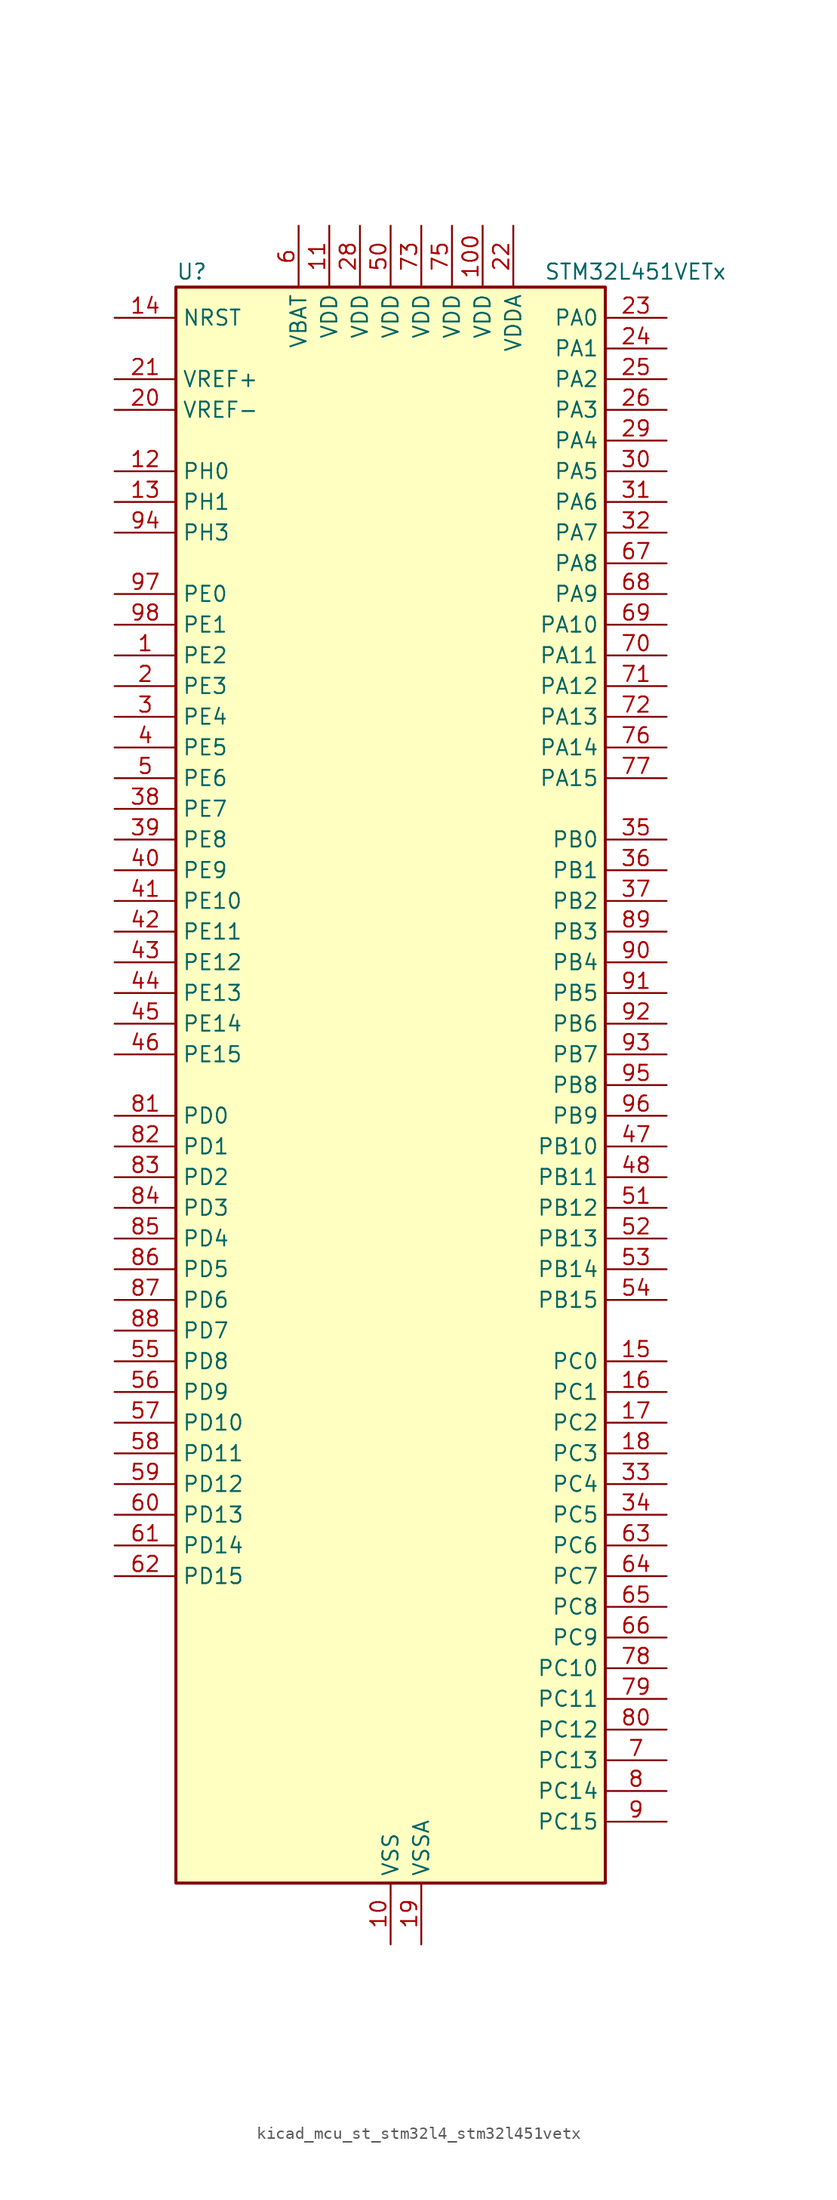
<source format=kicad_sym>
(kicad_symbol_lib
  (version 20220914)
  (generator kicad_symbol_editor)
  (symbol "kicad_mcu_st_stm32l4_stm32l451vetx"
    (property "Reference" "U"
      (at -17.78 67.31 0)
      (effects (font (size 1.27 1.27)) (justify left)))
    (property "Value" "STM32L451VETx"
      (at 12.7 67.31 0)
      (effects (font (size 1.27 1.27)) (justify left)))
    (property "ki_locked" ""
      (at 0 0 0)
      (effects (font (size 1.27 1.27))))
    (symbol "kicad_mcu_st_stm32l4_stm32l451vetx_0_1"
      (rectangle (start -17.78 -66.04) (end 17.78 66.04) (stroke (width 0.254) (type default)) (fill (type background))))
    (symbol "kicad_mcu_st_stm32l4_stm32l451vetx_1_1"
      (pin bidirectional line (at -22.86 35.56 0) (length 5.08) (name "PE2" (effects (font (size 1.27 1.27)))) (number "1" (effects (font (size 1.27 1.27)))) (alternate "SAI1_MCLK_A" bidirectional line) (alternate "SYS_TRACECLK" bidirectional line) (alternate "TIM3_ETR" bidirectional line) (alternate "TSC_G7_IO1" bidirectional line))
      (pin power_in line (at 0 -71.12 90) (length 5.08) (name "VSS" (effects (font (size 1.27 1.27)))) (number "10" (effects (font (size 1.27 1.27)))))
      (pin power_in line (at 7.62 71.12 270) (length 5.08) (name "VDD" (effects (font (size 1.27 1.27)))) (number "100" (effects (font (size 1.27 1.27)))))
      (pin power_in line (at -5.08 71.12 270) (length 5.08) (name "VDD" (effects (font (size 1.27 1.27)))) (number "11" (effects (font (size 1.27 1.27)))))
      (pin bidirectional line (at -22.86 50.8 0) (length 5.08) (name "PH0" (effects (font (size 1.27 1.27)))) (number "12" (effects (font (size 1.27 1.27)))) (alternate "RCC_OSC_IN" bidirectional line))
      (pin bidirectional line (at -22.86 48.26 0) (length 5.08) (name "PH1" (effects (font (size 1.27 1.27)))) (number "13" (effects (font (size 1.27 1.27)))) (alternate "RCC_OSC_OUT" bidirectional line))
      (pin input line (at -22.86 63.5 0) (length 5.08) (name "NRST" (effects (font (size 1.27 1.27)))) (number "14" (effects (font (size 1.27 1.27)))))
      (pin bidirectional line (at 22.86 -22.86 180) (length 5.08) (name "PC0" (effects (font (size 1.27 1.27)))) (number "15" (effects (font (size 1.27 1.27)))) (alternate "ADC1_IN1" bidirectional line) (alternate "I2C3_SCL" bidirectional line) (alternate "I2C4_SCL" bidirectional line) (alternate "LPTIM1_IN1" bidirectional line) (alternate "LPTIM2_IN1" bidirectional line) (alternate "LPUART1_RX" bidirectional line))
      (pin bidirectional line (at 22.86 -25.4 180) (length 5.08) (name "PC1" (effects (font (size 1.27 1.27)))) (number "16" (effects (font (size 1.27 1.27)))) (alternate "ADC1_IN2" bidirectional line) (alternate "I2C3_SDA" bidirectional line) (alternate "I2C4_SDA" bidirectional line) (alternate "LPTIM1_OUT" bidirectional line) (alternate "LPUART1_TX" bidirectional line) (alternate "SYS_TRACED0" bidirectional line))
      (pin bidirectional line (at 22.86 -27.94 180) (length 5.08) (name "PC2" (effects (font (size 1.27 1.27)))) (number "17" (effects (font (size 1.27 1.27)))) (alternate "ADC1_IN3" bidirectional line) (alternate "DFSDM1_CKOUT" bidirectional line) (alternate "LPTIM1_IN2" bidirectional line) (alternate "SPI2_MISO" bidirectional line))
      (pin bidirectional line (at 22.86 -30.48 180) (length 5.08) (name "PC3" (effects (font (size 1.27 1.27)))) (number "18" (effects (font (size 1.27 1.27)))) (alternate "ADC1_IN4" bidirectional line) (alternate "LPTIM1_ETR" bidirectional line) (alternate "LPTIM2_ETR" bidirectional line) (alternate "SAI1_SD_A" bidirectional line) (alternate "SPI2_MOSI" bidirectional line))
      (pin power_in line (at 2.54 -71.12 90) (length 5.08) (name "VSSA" (effects (font (size 1.27 1.27)))) (number "19" (effects (font (size 1.27 1.27)))))
      (pin bidirectional line (at -22.86 33.02 0) (length 5.08) (name "PE3" (effects (font (size 1.27 1.27)))) (number "2" (effects (font (size 1.27 1.27)))) (alternate "SAI1_SD_B" bidirectional line) (alternate "SYS_TRACED0" bidirectional line) (alternate "TIM3_CH1" bidirectional line) (alternate "TSC_G7_IO2" bidirectional line))
      (pin input line (at -22.86 55.88 0) (length 5.08) (name "VREF-" (effects (font (size 1.27 1.27)))) (number "20" (effects (font (size 1.27 1.27)))))
      (pin input line (at -22.86 58.42 0) (length 5.08) (name "VREF+" (effects (font (size 1.27 1.27)))) (number "21" (effects (font (size 1.27 1.27)))) (alternate "VREFBUF_OUT" bidirectional line))
      (pin power_in line (at 10.16 71.12 270) (length 5.08) (name "VDDA" (effects (font (size 1.27 1.27)))) (number "22" (effects (font (size 1.27 1.27)))))
      (pin bidirectional line (at 22.86 63.5 180) (length 5.08) (name "PA0" (effects (font (size 1.27 1.27)))) (number "23" (effects (font (size 1.27 1.27)))) (alternate "ADC1_IN5" bidirectional line) (alternate "COMP1_INM" bidirectional line) (alternate "COMP1_OUT" bidirectional line) (alternate "OPAMP1_VINP" bidirectional line) (alternate "RTC_TAMP2" bidirectional line) (alternate "SAI1_EXTCLK" bidirectional line) (alternate "SYS_WKUP1" bidirectional line) (alternate "TIM2_CH1" bidirectional line) (alternate "TIM2_ETR" bidirectional line) (alternate "UART4_TX" bidirectional line) (alternate "USART2_CTS" bidirectional line))
      (pin bidirectional line (at 22.86 60.96 180) (length 5.08) (name "PA1" (effects (font (size 1.27 1.27)))) (number "24" (effects (font (size 1.27 1.27)))) (alternate "ADC1_IN6" bidirectional line) (alternate "COMP1_INP" bidirectional line) (alternate "I2C1_SMBA" bidirectional line) (alternate "OPAMP1_VINM" bidirectional line) (alternate "SPI1_SCK" bidirectional line) (alternate "TIM15_CH1N" bidirectional line) (alternate "TIM2_CH2" bidirectional line) (alternate "UART4_RX" bidirectional line) (alternate "USART2_DE" bidirectional line) (alternate "USART2_RTS" bidirectional line))
      (pin bidirectional line (at 22.86 58.42 180) (length 5.08) (name "PA2" (effects (font (size 1.27 1.27)))) (number "25" (effects (font (size 1.27 1.27)))) (alternate "ADC1_IN7" bidirectional line) (alternate "COMP2_INM" bidirectional line) (alternate "COMP2_OUT" bidirectional line) (alternate "LPUART1_TX" bidirectional line) (alternate "QUADSPI_BK1_NCS" bidirectional line) (alternate "RCC_LSCO" bidirectional line) (alternate "SYS_WKUP4" bidirectional line) (alternate "TIM15_CH1" bidirectional line) (alternate "TIM2_CH3" bidirectional line) (alternate "USART2_TX" bidirectional line))
      (pin bidirectional line (at 22.86 55.88 180) (length 5.08) (name "PA3" (effects (font (size 1.27 1.27)))) (number "26" (effects (font (size 1.27 1.27)))) (alternate "ADC1_IN8" bidirectional line) (alternate "COMP2_INP" bidirectional line) (alternate "LPUART1_RX" bidirectional line) (alternate "OPAMP1_VOUT" bidirectional line) (alternate "QUADSPI_CLK" bidirectional line) (alternate "SAI1_MCLK_A" bidirectional line) (alternate "TIM15_CH2" bidirectional line) (alternate "TIM2_CH4" bidirectional line) (alternate "USART2_RX" bidirectional line))
      (pin passive line (at 0 -71.12 90) (length 5.08) hide (name "VSS" (effects (font (size 1.27 1.27)))) (number "27" (effects (font (size 1.27 1.27)))))
      (pin power_in line (at -2.54 71.12 270) (length 5.08) (name "VDD" (effects (font (size 1.27 1.27)))) (number "28" (effects (font (size 1.27 1.27)))))
      (pin bidirectional line (at 22.86 53.34 180) (length 5.08) (name "PA4" (effects (font (size 1.27 1.27)))) (number "29" (effects (font (size 1.27 1.27)))) (alternate "ADC1_IN9" bidirectional line) (alternate "COMP1_INM" bidirectional line) (alternate "COMP2_INM" bidirectional line) (alternate "DAC1_OUT1" bidirectional line) (alternate "LPTIM2_OUT" bidirectional line) (alternate "SAI1_FS_B" bidirectional line) (alternate "SPI1_NSS" bidirectional line) (alternate "SPI3_NSS" bidirectional line) (alternate "USART2_CK" bidirectional line))
      (pin bidirectional line (at -22.86 30.48 0) (length 5.08) (name "PE4" (effects (font (size 1.27 1.27)))) (number "3" (effects (font (size 1.27 1.27)))) (alternate "DFSDM1_DATIN3" bidirectional line) (alternate "SAI1_FS_A" bidirectional line) (alternate "SYS_TRACED1" bidirectional line) (alternate "TIM3_CH2" bidirectional line) (alternate "TSC_G7_IO3" bidirectional line))
      (pin bidirectional line (at 22.86 50.8 180) (length 5.08) (name "PA5" (effects (font (size 1.27 1.27)))) (number "30" (effects (font (size 1.27 1.27)))) (alternate "ADC1_IN10" bidirectional line) (alternate "COMP1_INM" bidirectional line) (alternate "COMP2_INM" bidirectional line) (alternate "DFSDM1_CKOUT" bidirectional line) (alternate "LPTIM2_ETR" bidirectional line) (alternate "SPI1_SCK" bidirectional line) (alternate "TIM2_CH1" bidirectional line) (alternate "TIM2_ETR" bidirectional line))
      (pin bidirectional line (at 22.86 48.26 180) (length 5.08) (name "PA6" (effects (font (size 1.27 1.27)))) (number "31" (effects (font (size 1.27 1.27)))) (alternate "ADC1_IN11" bidirectional line) (alternate "COMP1_OUT" bidirectional line) (alternate "LPUART1_CTS" bidirectional line) (alternate "QUADSPI_BK1_IO3" bidirectional line) (alternate "SPI1_MISO" bidirectional line) (alternate "TIM16_CH1" bidirectional line) (alternate "TIM1_BKIN" bidirectional line) (alternate "TIM1_BKIN_COMP2" bidirectional line) (alternate "TIM3_CH1" bidirectional line) (alternate "USART3_CTS" bidirectional line))
      (pin bidirectional line (at 22.86 45.72 180) (length 5.08) (name "PA7" (effects (font (size 1.27 1.27)))) (number "32" (effects (font (size 1.27 1.27)))) (alternate "ADC1_IN12" bidirectional line) (alternate "COMP2_OUT" bidirectional line) (alternate "DFSDM1_DATIN0" bidirectional line) (alternate "I2C3_SCL" bidirectional line) (alternate "QUADSPI_BK1_IO2" bidirectional line) (alternate "SPI1_MOSI" bidirectional line) (alternate "TIM1_CH1N" bidirectional line) (alternate "TIM3_CH2" bidirectional line))
      (pin bidirectional line (at 22.86 -33.02 180) (length 5.08) (name "PC4" (effects (font (size 1.27 1.27)))) (number "33" (effects (font (size 1.27 1.27)))) (alternate "ADC1_IN13" bidirectional line) (alternate "COMP1_INM" bidirectional line) (alternate "USART3_TX" bidirectional line))
      (pin bidirectional line (at 22.86 -35.56 180) (length 5.08) (name "PC5" (effects (font (size 1.27 1.27)))) (number "34" (effects (font (size 1.27 1.27)))) (alternate "ADC1_IN14" bidirectional line) (alternate "COMP1_INP" bidirectional line) (alternate "SYS_WKUP5" bidirectional line) (alternate "USART3_RX" bidirectional line))
      (pin bidirectional line (at 22.86 20.32 180) (length 5.08) (name "PB0" (effects (font (size 1.27 1.27)))) (number "35" (effects (font (size 1.27 1.27)))) (alternate "ADC1_IN15" bidirectional line) (alternate "COMP1_OUT" bidirectional line) (alternate "DFSDM1_CKIN0" bidirectional line) (alternate "QUADSPI_BK1_IO1" bidirectional line) (alternate "SAI1_EXTCLK" bidirectional line) (alternate "SPI1_NSS" bidirectional line) (alternate "TIM1_CH2N" bidirectional line) (alternate "TIM3_CH3" bidirectional line) (alternate "USART3_CK" bidirectional line))
      (pin bidirectional line (at 22.86 17.78 180) (length 5.08) (name "PB1" (effects (font (size 1.27 1.27)))) (number "36" (effects (font (size 1.27 1.27)))) (alternate "ADC1_IN16" bidirectional line) (alternate "COMP1_INM" bidirectional line) (alternate "DFSDM1_DATIN0" bidirectional line) (alternate "LPTIM2_IN1" bidirectional line) (alternate "LPUART1_DE" bidirectional line) (alternate "LPUART1_RTS" bidirectional line) (alternate "QUADSPI_BK1_IO0" bidirectional line) (alternate "TIM1_CH3N" bidirectional line) (alternate "TIM3_CH4" bidirectional line) (alternate "USART3_DE" bidirectional line) (alternate "USART3_RTS" bidirectional line))
      (pin bidirectional line (at 22.86 15.24 180) (length 5.08) (name "PB2" (effects (font (size 1.27 1.27)))) (number "37" (effects (font (size 1.27 1.27)))) (alternate "COMP1_INP" bidirectional line) (alternate "DFSDM1_CKIN0" bidirectional line) (alternate "I2C3_SMBA" bidirectional line) (alternate "LPTIM1_OUT" bidirectional line) (alternate "RTC_OUT_ALARM" bidirectional line) (alternate "RTC_OUT_CALIB" bidirectional line))
      (pin bidirectional line (at -22.86 22.86 0) (length 5.08) (name "PE7" (effects (font (size 1.27 1.27)))) (number "38" (effects (font (size 1.27 1.27)))) (alternate "DFSDM1_DATIN2" bidirectional line) (alternate "SAI1_SD_B" bidirectional line) (alternate "TIM1_ETR" bidirectional line))
      (pin bidirectional line (at -22.86 20.32 0) (length 5.08) (name "PE8" (effects (font (size 1.27 1.27)))) (number "39" (effects (font (size 1.27 1.27)))) (alternate "DFSDM1_CKIN2" bidirectional line) (alternate "SAI1_SCK_B" bidirectional line) (alternate "TIM1_CH1N" bidirectional line))
      (pin bidirectional line (at -22.86 27.94 0) (length 5.08) (name "PE5" (effects (font (size 1.27 1.27)))) (number "4" (effects (font (size 1.27 1.27)))) (alternate "DFSDM1_CKIN3" bidirectional line) (alternate "SAI1_SCK_A" bidirectional line) (alternate "SYS_TRACED2" bidirectional line) (alternate "TIM3_CH3" bidirectional line) (alternate "TSC_G7_IO4" bidirectional line))
      (pin bidirectional line (at -22.86 17.78 0) (length 5.08) (name "PE9" (effects (font (size 1.27 1.27)))) (number "40" (effects (font (size 1.27 1.27)))) (alternate "DAC1_EXTI9" bidirectional line) (alternate "DFSDM1_CKOUT" bidirectional line) (alternate "SAI1_FS_B" bidirectional line) (alternate "TIM1_CH1" bidirectional line))
      (pin bidirectional line (at -22.86 15.24 0) (length 5.08) (name "PE10" (effects (font (size 1.27 1.27)))) (number "41" (effects (font (size 1.27 1.27)))) (alternate "QUADSPI_CLK" bidirectional line) (alternate "SAI1_MCLK_B" bidirectional line) (alternate "TIM1_CH2N" bidirectional line) (alternate "TSC_G5_IO1" bidirectional line))
      (pin bidirectional line (at -22.86 12.7 0) (length 5.08) (name "PE11" (effects (font (size 1.27 1.27)))) (number "42" (effects (font (size 1.27 1.27)))) (alternate "ADC1_EXTI11" bidirectional line) (alternate "QUADSPI_BK1_NCS" bidirectional line) (alternate "TIM1_CH2" bidirectional line) (alternate "TSC_G5_IO2" bidirectional line))
      (pin bidirectional line (at -22.86 10.16 0) (length 5.08) (name "PE12" (effects (font (size 1.27 1.27)))) (number "43" (effects (font (size 1.27 1.27)))) (alternate "QUADSPI_BK1_IO0" bidirectional line) (alternate "SPI1_NSS" bidirectional line) (alternate "TIM1_CH3N" bidirectional line) (alternate "TSC_G5_IO3" bidirectional line))
      (pin bidirectional line (at -22.86 7.62 0) (length 5.08) (name "PE13" (effects (font (size 1.27 1.27)))) (number "44" (effects (font (size 1.27 1.27)))) (alternate "QUADSPI_BK1_IO1" bidirectional line) (alternate "SPI1_SCK" bidirectional line) (alternate "TIM1_CH3" bidirectional line) (alternate "TSC_G5_IO4" bidirectional line))
      (pin bidirectional line (at -22.86 5.08 0) (length 5.08) (name "PE14" (effects (font (size 1.27 1.27)))) (number "45" (effects (font (size 1.27 1.27)))) (alternate "QUADSPI_BK1_IO2" bidirectional line) (alternate "SPI1_MISO" bidirectional line) (alternate "TIM1_BKIN2" bidirectional line) (alternate "TIM1_BKIN2_COMP2" bidirectional line) (alternate "TIM1_CH4" bidirectional line))
      (pin bidirectional line (at -22.86 2.54 0) (length 5.08) (name "PE15" (effects (font (size 1.27 1.27)))) (number "46" (effects (font (size 1.27 1.27)))) (alternate "ADC1_EXTI15" bidirectional line) (alternate "QUADSPI_BK1_IO3" bidirectional line) (alternate "SPI1_MOSI" bidirectional line) (alternate "TIM1_BKIN" bidirectional line) (alternate "TIM1_BKIN_COMP1" bidirectional line))
      (pin bidirectional line (at 22.86 -5.08 180) (length 5.08) (name "PB10" (effects (font (size 1.27 1.27)))) (number "47" (effects (font (size 1.27 1.27)))) (alternate "COMP1_OUT" bidirectional line) (alternate "I2C2_SCL" bidirectional line) (alternate "I2C4_SCL" bidirectional line) (alternate "LPUART1_RX" bidirectional line) (alternate "QUADSPI_CLK" bidirectional line) (alternate "SAI1_SCK_A" bidirectional line) (alternate "SPI2_SCK" bidirectional line) (alternate "TIM2_CH3" bidirectional line) (alternate "TSC_SYNC" bidirectional line) (alternate "USART3_TX" bidirectional line))
      (pin bidirectional line (at 22.86 -7.62 180) (length 5.08) (name "PB11" (effects (font (size 1.27 1.27)))) (number "48" (effects (font (size 1.27 1.27)))) (alternate "ADC1_EXTI11" bidirectional line) (alternate "COMP2_OUT" bidirectional line) (alternate "I2C2_SDA" bidirectional line) (alternate "I2C4_SDA" bidirectional line) (alternate "LPUART1_TX" bidirectional line) (alternate "QUADSPI_BK1_NCS" bidirectional line) (alternate "TIM2_CH4" bidirectional line) (alternate "USART3_RX" bidirectional line))
      (pin passive line (at 0 -71.12 90) (length 5.08) hide (name "VSS" (effects (font (size 1.27 1.27)))) (number "49" (effects (font (size 1.27 1.27)))))
      (pin bidirectional line (at -22.86 25.4 0) (length 5.08) (name "PE6" (effects (font (size 1.27 1.27)))) (number "5" (effects (font (size 1.27 1.27)))) (alternate "RTC_TAMP3" bidirectional line) (alternate "SAI1_SD_A" bidirectional line) (alternate "SYS_TRACED3" bidirectional line) (alternate "SYS_WKUP3" bidirectional line) (alternate "TIM3_CH4" bidirectional line))
      (pin power_in line (at 0 71.12 270) (length 5.08) (name "VDD" (effects (font (size 1.27 1.27)))) (number "50" (effects (font (size 1.27 1.27)))))
      (pin bidirectional line (at 22.86 -10.16 180) (length 5.08) (name "PB12" (effects (font (size 1.27 1.27)))) (number "51" (effects (font (size 1.27 1.27)))) (alternate "CAN1_RX" bidirectional line) (alternate "DFSDM1_DATIN1" bidirectional line) (alternate "I2C2_SMBA" bidirectional line) (alternate "LPUART1_DE" bidirectional line) (alternate "LPUART1_RTS" bidirectional line) (alternate "SAI1_FS_A" bidirectional line) (alternate "SPI2_NSS" bidirectional line) (alternate "TIM15_BKIN" bidirectional line) (alternate "TIM1_BKIN" bidirectional line) (alternate "TIM1_BKIN_COMP2" bidirectional line) (alternate "TSC_G1_IO1" bidirectional line) (alternate "USART3_CK" bidirectional line))
      (pin bidirectional line (at 22.86 -12.7 180) (length 5.08) (name "PB13" (effects (font (size 1.27 1.27)))) (number "52" (effects (font (size 1.27 1.27)))) (alternate "CAN1_TX" bidirectional line) (alternate "DFSDM1_CKIN1" bidirectional line) (alternate "I2C2_SCL" bidirectional line) (alternate "LPUART1_CTS" bidirectional line) (alternate "SAI1_SCK_A" bidirectional line) (alternate "SPI2_SCK" bidirectional line) (alternate "TIM15_CH1N" bidirectional line) (alternate "TIM1_CH1N" bidirectional line) (alternate "TSC_G1_IO2" bidirectional line) (alternate "USART3_CTS" bidirectional line))
      (pin bidirectional line (at 22.86 -15.24 180) (length 5.08) (name "PB14" (effects (font (size 1.27 1.27)))) (number "53" (effects (font (size 1.27 1.27)))) (alternate "DFSDM1_DATIN2" bidirectional line) (alternate "I2C2_SDA" bidirectional line) (alternate "SAI1_MCLK_A" bidirectional line) (alternate "SPI2_MISO" bidirectional line) (alternate "TIM15_CH1" bidirectional line) (alternate "TIM1_CH2N" bidirectional line) (alternate "TSC_G1_IO3" bidirectional line) (alternate "USART3_DE" bidirectional line) (alternate "USART3_RTS" bidirectional line))
      (pin bidirectional line (at 22.86 -17.78 180) (length 5.08) (name "PB15" (effects (font (size 1.27 1.27)))) (number "54" (effects (font (size 1.27 1.27)))) (alternate "ADC1_EXTI15" bidirectional line) (alternate "DFSDM1_CKIN2" bidirectional line) (alternate "RTC_REFIN" bidirectional line) (alternate "SAI1_SD_A" bidirectional line) (alternate "SPI2_MOSI" bidirectional line) (alternate "TIM15_CH2" bidirectional line) (alternate "TIM1_CH3N" bidirectional line) (alternate "TSC_G1_IO4" bidirectional line))
      (pin bidirectional line (at -22.86 -22.86 0) (length 5.08) (name "PD8" (effects (font (size 1.27 1.27)))) (number "55" (effects (font (size 1.27 1.27)))) (alternate "USART3_TX" bidirectional line))
      (pin bidirectional line (at -22.86 -25.4 0) (length 5.08) (name "PD9" (effects (font (size 1.27 1.27)))) (number "56" (effects (font (size 1.27 1.27)))) (alternate "DAC1_EXTI9" bidirectional line) (alternate "USART3_RX" bidirectional line))
      (pin bidirectional line (at -22.86 -27.94 0) (length 5.08) (name "PD10" (effects (font (size 1.27 1.27)))) (number "57" (effects (font (size 1.27 1.27)))) (alternate "TSC_G6_IO1" bidirectional line) (alternate "USART3_CK" bidirectional line))
      (pin bidirectional line (at -22.86 -30.48 0) (length 5.08) (name "PD11" (effects (font (size 1.27 1.27)))) (number "58" (effects (font (size 1.27 1.27)))) (alternate "ADC1_EXTI11" bidirectional line) (alternate "I2C4_SMBA" bidirectional line) (alternate "LPTIM2_ETR" bidirectional line) (alternate "TSC_G6_IO2" bidirectional line) (alternate "USART3_CTS" bidirectional line))
      (pin bidirectional line (at -22.86 -33.02 0) (length 5.08) (name "PD12" (effects (font (size 1.27 1.27)))) (number "59" (effects (font (size 1.27 1.27)))) (alternate "I2C4_SCL" bidirectional line) (alternate "LPTIM2_IN1" bidirectional line) (alternate "TSC_G6_IO3" bidirectional line) (alternate "USART3_DE" bidirectional line) (alternate "USART3_RTS" bidirectional line))
      (pin power_in line (at -7.62 71.12 270) (length 5.08) (name "VBAT" (effects (font (size 1.27 1.27)))) (number "6" (effects (font (size 1.27 1.27)))))
      (pin bidirectional line (at -22.86 -35.56 0) (length 5.08) (name "PD13" (effects (font (size 1.27 1.27)))) (number "60" (effects (font (size 1.27 1.27)))) (alternate "I2C4_SDA" bidirectional line) (alternate "LPTIM2_OUT" bidirectional line) (alternate "TSC_G6_IO4" bidirectional line))
      (pin bidirectional line (at -22.86 -38.1 0) (length 5.08) (name "PD14" (effects (font (size 1.27 1.27)))) (number "61" (effects (font (size 1.27 1.27)))))
      (pin bidirectional line (at -22.86 -40.64 0) (length 5.08) (name "PD15" (effects (font (size 1.27 1.27)))) (number "62" (effects (font (size 1.27 1.27)))) (alternate "ADC1_EXTI15" bidirectional line))
      (pin bidirectional line (at 22.86 -38.1 180) (length 5.08) (name "PC6" (effects (font (size 1.27 1.27)))) (number "63" (effects (font (size 1.27 1.27)))) (alternate "DFSDM1_CKIN3" bidirectional line) (alternate "SDMMC1_D6" bidirectional line) (alternate "TIM3_CH1" bidirectional line) (alternate "TSC_G4_IO1" bidirectional line))
      (pin bidirectional line (at 22.86 -40.64 180) (length 5.08) (name "PC7" (effects (font (size 1.27 1.27)))) (number "64" (effects (font (size 1.27 1.27)))) (alternate "DFSDM1_DATIN3" bidirectional line) (alternate "SDMMC1_D7" bidirectional line) (alternate "TIM3_CH2" bidirectional line) (alternate "TSC_G4_IO2" bidirectional line))
      (pin bidirectional line (at 22.86 -43.18 180) (length 5.08) (name "PC8" (effects (font (size 1.27 1.27)))) (number "65" (effects (font (size 1.27 1.27)))) (alternate "SDMMC1_D0" bidirectional line) (alternate "TIM3_CH3" bidirectional line) (alternate "TSC_G4_IO3" bidirectional line))
      (pin bidirectional line (at 22.86 -45.72 180) (length 5.08) (name "PC9" (effects (font (size 1.27 1.27)))) (number "66" (effects (font (size 1.27 1.27)))) (alternate "DAC1_EXTI9" bidirectional line) (alternate "SDMMC1_D1" bidirectional line) (alternate "TIM3_CH4" bidirectional line) (alternate "TSC_G4_IO4" bidirectional line))
      (pin bidirectional line (at 22.86 43.18 180) (length 5.08) (name "PA8" (effects (font (size 1.27 1.27)))) (number "67" (effects (font (size 1.27 1.27)))) (alternate "DFSDM1_CKIN1" bidirectional line) (alternate "LPTIM2_OUT" bidirectional line) (alternate "RCC_MCO" bidirectional line) (alternate "SAI1_SCK_A" bidirectional line) (alternate "TIM1_CH1" bidirectional line) (alternate "USART1_CK" bidirectional line))
      (pin bidirectional line (at 22.86 40.64 180) (length 5.08) (name "PA9" (effects (font (size 1.27 1.27)))) (number "68" (effects (font (size 1.27 1.27)))) (alternate "DAC1_EXTI9" bidirectional line) (alternate "DFSDM1_DATIN1" bidirectional line) (alternate "I2C1_SCL" bidirectional line) (alternate "SAI1_FS_A" bidirectional line) (alternate "TIM15_BKIN" bidirectional line) (alternate "TIM1_CH2" bidirectional line) (alternate "USART1_TX" bidirectional line))
      (pin bidirectional line (at 22.86 38.1 180) (length 5.08) (name "PA10" (effects (font (size 1.27 1.27)))) (number "69" (effects (font (size 1.27 1.27)))) (alternate "I2C1_SDA" bidirectional line) (alternate "SAI1_SD_A" bidirectional line) (alternate "TIM1_CH3" bidirectional line) (alternate "USART1_RX" bidirectional line))
      (pin bidirectional line (at 22.86 -55.88 180) (length 5.08) (name "PC13" (effects (font (size 1.27 1.27)))) (number "7" (effects (font (size 1.27 1.27)))) (alternate "RTC_OUT_ALARM" bidirectional line) (alternate "RTC_OUT_CALIB" bidirectional line) (alternate "RTC_TAMP1" bidirectional line) (alternate "RTC_TS" bidirectional line) (alternate "SYS_WKUP2" bidirectional line))
      (pin bidirectional line (at 22.86 35.56 180) (length 5.08) (name "PA11" (effects (font (size 1.27 1.27)))) (number "70" (effects (font (size 1.27 1.27)))) (alternate "ADC1_EXTI11" bidirectional line) (alternate "CAN1_RX" bidirectional line) (alternate "COMP1_OUT" bidirectional line) (alternate "SPI1_MISO" bidirectional line) (alternate "TIM1_BKIN2" bidirectional line) (alternate "TIM1_BKIN2_COMP1" bidirectional line) (alternate "TIM1_CH4" bidirectional line) (alternate "USART1_CTS" bidirectional line))
      (pin bidirectional line (at 22.86 33.02 180) (length 5.08) (name "PA12" (effects (font (size 1.27 1.27)))) (number "71" (effects (font (size 1.27 1.27)))) (alternate "CAN1_TX" bidirectional line) (alternate "SPI1_MOSI" bidirectional line) (alternate "TIM1_ETR" bidirectional line) (alternate "USART1_DE" bidirectional line) (alternate "USART1_RTS" bidirectional line))
      (pin bidirectional line (at 22.86 30.48 180) (length 5.08) (name "PA13" (effects (font (size 1.27 1.27)))) (number "72" (effects (font (size 1.27 1.27)))) (alternate "IR_OUT" bidirectional line) (alternate "SAI1_SD_B" bidirectional line) (alternate "SYS_JTMS-SWDIO" bidirectional line))
      (pin power_in line (at 2.54 71.12 270) (length 5.08) (name "VDD" (effects (font (size 1.27 1.27)))) (number "73" (effects (font (size 1.27 1.27)))))
      (pin passive line (at 0 -71.12 90) (length 5.08) hide (name "VSS" (effects (font (size 1.27 1.27)))) (number "74" (effects (font (size 1.27 1.27)))))
      (pin power_in line (at 5.08 71.12 270) (length 5.08) (name "VDD" (effects (font (size 1.27 1.27)))) (number "75" (effects (font (size 1.27 1.27)))))
      (pin bidirectional line (at 22.86 27.94 180) (length 5.08) (name "PA14" (effects (font (size 1.27 1.27)))) (number "76" (effects (font (size 1.27 1.27)))) (alternate "I2C1_SMBA" bidirectional line) (alternate "I2C4_SMBA" bidirectional line) (alternate "LPTIM1_OUT" bidirectional line) (alternate "SAI1_FS_B" bidirectional line) (alternate "SYS_JTCK-SWCLK" bidirectional line))
      (pin bidirectional line (at 22.86 25.4 180) (length 5.08) (name "PA15" (effects (font (size 1.27 1.27)))) (number "77" (effects (font (size 1.27 1.27)))) (alternate "ADC1_EXTI15" bidirectional line) (alternate "SPI1_NSS" bidirectional line) (alternate "SPI3_NSS" bidirectional line) (alternate "SYS_JTDI" bidirectional line) (alternate "TIM2_CH1" bidirectional line) (alternate "TIM2_ETR" bidirectional line) (alternate "TSC_G3_IO1" bidirectional line) (alternate "UART4_DE" bidirectional line) (alternate "UART4_RTS" bidirectional line) (alternate "USART2_RX" bidirectional line) (alternate "USART3_DE" bidirectional line) (alternate "USART3_RTS" bidirectional line))
      (pin bidirectional line (at 22.86 -48.26 180) (length 5.08) (name "PC10" (effects (font (size 1.27 1.27)))) (number "78" (effects (font (size 1.27 1.27)))) (alternate "SDMMC1_D2" bidirectional line) (alternate "SPI3_SCK" bidirectional line) (alternate "SYS_TRACED1" bidirectional line) (alternate "TSC_G3_IO2" bidirectional line) (alternate "UART4_TX" bidirectional line) (alternate "USART3_TX" bidirectional line))
      (pin bidirectional line (at 22.86 -50.8 180) (length 5.08) (name "PC11" (effects (font (size 1.27 1.27)))) (number "79" (effects (font (size 1.27 1.27)))) (alternate "ADC1_EXTI11" bidirectional line) (alternate "SDMMC1_D3" bidirectional line) (alternate "SPI3_MISO" bidirectional line) (alternate "TSC_G3_IO3" bidirectional line) (alternate "UART4_RX" bidirectional line) (alternate "USART3_RX" bidirectional line))
      (pin bidirectional line (at 22.86 -58.42 180) (length 5.08) (name "PC14" (effects (font (size 1.27 1.27)))) (number "8" (effects (font (size 1.27 1.27)))) (alternate "RCC_OSC32_IN" bidirectional line))
      (pin bidirectional line (at 22.86 -53.34 180) (length 5.08) (name "PC12" (effects (font (size 1.27 1.27)))) (number "80" (effects (font (size 1.27 1.27)))) (alternate "SDMMC1_CK" bidirectional line) (alternate "SPI3_MOSI" bidirectional line) (alternate "SYS_TRACED3" bidirectional line) (alternate "TSC_G3_IO4" bidirectional line) (alternate "USART3_CK" bidirectional line))
      (pin bidirectional line (at -22.86 -2.54 0) (length 5.08) (name "PD0" (effects (font (size 1.27 1.27)))) (number "81" (effects (font (size 1.27 1.27)))) (alternate "CAN1_RX" bidirectional line) (alternate "SPI2_NSS" bidirectional line))
      (pin bidirectional line (at -22.86 -5.08 0) (length 5.08) (name "PD1" (effects (font (size 1.27 1.27)))) (number "82" (effects (font (size 1.27 1.27)))) (alternate "CAN1_TX" bidirectional line) (alternate "SPI2_SCK" bidirectional line))
      (pin bidirectional line (at -22.86 -7.62 0) (length 5.08) (name "PD2" (effects (font (size 1.27 1.27)))) (number "83" (effects (font (size 1.27 1.27)))) (alternate "SDMMC1_CMD" bidirectional line) (alternate "SYS_TRACED2" bidirectional line) (alternate "TIM3_ETR" bidirectional line) (alternate "TSC_SYNC" bidirectional line) (alternate "USART3_DE" bidirectional line) (alternate "USART3_RTS" bidirectional line))
      (pin bidirectional line (at -22.86 -10.16 0) (length 5.08) (name "PD3" (effects (font (size 1.27 1.27)))) (number "84" (effects (font (size 1.27 1.27)))) (alternate "DFSDM1_DATIN0" bidirectional line) (alternate "QUADSPI_BK2_NCS" bidirectional line) (alternate "SPI2_MISO" bidirectional line) (alternate "USART2_CTS" bidirectional line))
      (pin bidirectional line (at -22.86 -12.7 0) (length 5.08) (name "PD4" (effects (font (size 1.27 1.27)))) (number "85" (effects (font (size 1.27 1.27)))) (alternate "DFSDM1_CKIN0" bidirectional line) (alternate "QUADSPI_BK2_IO0" bidirectional line) (alternate "SPI2_MOSI" bidirectional line) (alternate "USART2_DE" bidirectional line) (alternate "USART2_RTS" bidirectional line))
      (pin bidirectional line (at -22.86 -15.24 0) (length 5.08) (name "PD5" (effects (font (size 1.27 1.27)))) (number "86" (effects (font (size 1.27 1.27)))) (alternate "QUADSPI_BK2_IO1" bidirectional line) (alternate "USART2_TX" bidirectional line))
      (pin bidirectional line (at -22.86 -17.78 0) (length 5.08) (name "PD6" (effects (font (size 1.27 1.27)))) (number "87" (effects (font (size 1.27 1.27)))) (alternate "DFSDM1_DATIN1" bidirectional line) (alternate "QUADSPI_BK2_IO2" bidirectional line) (alternate "SAI1_SD_A" bidirectional line) (alternate "USART2_RX" bidirectional line))
      (pin bidirectional line (at -22.86 -20.32 0) (length 5.08) (name "PD7" (effects (font (size 1.27 1.27)))) (number "88" (effects (font (size 1.27 1.27)))) (alternate "DFSDM1_CKIN1" bidirectional line) (alternate "QUADSPI_BK2_IO3" bidirectional line) (alternate "USART2_CK" bidirectional line))
      (pin bidirectional line (at 22.86 12.7 180) (length 5.08) (name "PB3" (effects (font (size 1.27 1.27)))) (number "89" (effects (font (size 1.27 1.27)))) (alternate "COMP2_INM" bidirectional line) (alternate "SAI1_SCK_B" bidirectional line) (alternate "SPI1_SCK" bidirectional line) (alternate "SPI3_SCK" bidirectional line) (alternate "SYS_JTDO-SWO" bidirectional line) (alternate "TIM2_CH2" bidirectional line) (alternate "USART1_DE" bidirectional line) (alternate "USART1_RTS" bidirectional line))
      (pin bidirectional line (at 22.86 -60.96 180) (length 5.08) (name "PC15" (effects (font (size 1.27 1.27)))) (number "9" (effects (font (size 1.27 1.27)))) (alternate "ADC1_EXTI15" bidirectional line) (alternate "RCC_OSC32_OUT" bidirectional line))
      (pin bidirectional line (at 22.86 10.16 180) (length 5.08) (name "PB4" (effects (font (size 1.27 1.27)))) (number "90" (effects (font (size 1.27 1.27)))) (alternate "COMP2_INP" bidirectional line) (alternate "I2C3_SDA" bidirectional line) (alternate "SAI1_MCLK_B" bidirectional line) (alternate "SPI1_MISO" bidirectional line) (alternate "SPI3_MISO" bidirectional line) (alternate "SYS_JTRST" bidirectional line) (alternate "TIM3_CH1" bidirectional line) (alternate "TSC_G2_IO1" bidirectional line) (alternate "USART1_CTS" bidirectional line))
      (pin bidirectional line (at 22.86 7.62 180) (length 5.08) (name "PB5" (effects (font (size 1.27 1.27)))) (number "91" (effects (font (size 1.27 1.27)))) (alternate "CAN1_RX" bidirectional line) (alternate "COMP2_OUT" bidirectional line) (alternate "I2C1_SMBA" bidirectional line) (alternate "LPTIM1_IN1" bidirectional line) (alternate "SAI1_SD_B" bidirectional line) (alternate "SPI1_MOSI" bidirectional line) (alternate "SPI3_MOSI" bidirectional line) (alternate "TIM16_BKIN" bidirectional line) (alternate "TIM3_CH2" bidirectional line) (alternate "TSC_G2_IO2" bidirectional line) (alternate "USART1_CK" bidirectional line))
      (pin bidirectional line (at 22.86 5.08 180) (length 5.08) (name "PB6" (effects (font (size 1.27 1.27)))) (number "92" (effects (font (size 1.27 1.27)))) (alternate "CAN1_TX" bidirectional line) (alternate "COMP2_INP" bidirectional line) (alternate "I2C1_SCL" bidirectional line) (alternate "I2C4_SCL" bidirectional line) (alternate "LPTIM1_ETR" bidirectional line) (alternate "SAI1_FS_B" bidirectional line) (alternate "TIM16_CH1N" bidirectional line) (alternate "TSC_G2_IO3" bidirectional line) (alternate "USART1_TX" bidirectional line))
      (pin bidirectional line (at 22.86 2.54 180) (length 5.08) (name "PB7" (effects (font (size 1.27 1.27)))) (number "93" (effects (font (size 1.27 1.27)))) (alternate "COMP2_INM" bidirectional line) (alternate "I2C1_SDA" bidirectional line) (alternate "I2C4_SDA" bidirectional line) (alternate "LPTIM1_IN2" bidirectional line) (alternate "SYS_PVD_IN" bidirectional line) (alternate "TSC_G2_IO4" bidirectional line) (alternate "UART4_CTS" bidirectional line) (alternate "USART1_RX" bidirectional line))
      (pin bidirectional line (at -22.86 45.72 0) (length 5.08) (name "PH3" (effects (font (size 1.27 1.27)))) (number "94" (effects (font (size 1.27 1.27)))))
      (pin bidirectional line (at 22.86 0 180) (length 5.08) (name "PB8" (effects (font (size 1.27 1.27)))) (number "95" (effects (font (size 1.27 1.27)))) (alternate "CAN1_RX" bidirectional line) (alternate "I2C1_SCL" bidirectional line) (alternate "SAI1_MCLK_A" bidirectional line) (alternate "SDMMC1_D4" bidirectional line) (alternate "TIM16_CH1" bidirectional line))
      (pin bidirectional line (at 22.86 -2.54 180) (length 5.08) (name "PB9" (effects (font (size 1.27 1.27)))) (number "96" (effects (font (size 1.27 1.27)))) (alternate "CAN1_TX" bidirectional line) (alternate "DAC1_EXTI9" bidirectional line) (alternate "I2C1_SDA" bidirectional line) (alternate "IR_OUT" bidirectional line) (alternate "SAI1_FS_A" bidirectional line) (alternate "SDMMC1_D5" bidirectional line) (alternate "SPI2_NSS" bidirectional line))
      (pin bidirectional line (at -22.86 40.64 0) (length 5.08) (name "PE0" (effects (font (size 1.27 1.27)))) (number "97" (effects (font (size 1.27 1.27)))) (alternate "TIM16_CH1" bidirectional line))
      (pin bidirectional line (at -22.86 38.1 0) (length 5.08) (name "PE1" (effects (font (size 1.27 1.27)))) (number "98" (effects (font (size 1.27 1.27)))))
      (pin passive line (at 0 -71.12 90) (length 5.08) hide (name "VSS" (effects (font (size 1.27 1.27)))) (number "99" (effects (font (size 1.27 1.27))))))))
</source>
